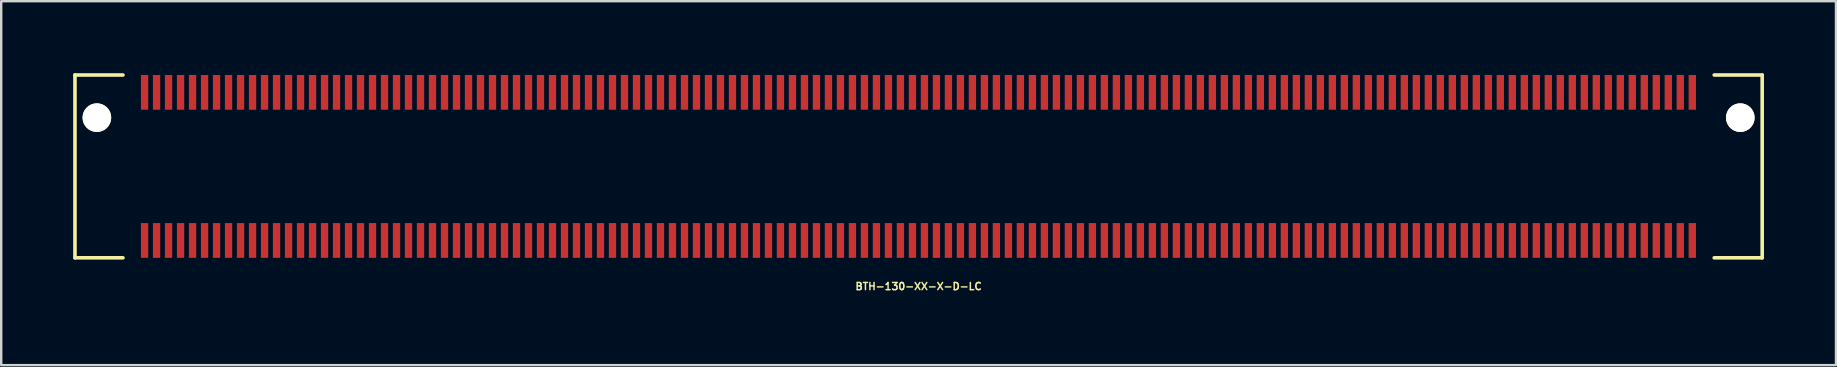
<source format=kicad_pcb>
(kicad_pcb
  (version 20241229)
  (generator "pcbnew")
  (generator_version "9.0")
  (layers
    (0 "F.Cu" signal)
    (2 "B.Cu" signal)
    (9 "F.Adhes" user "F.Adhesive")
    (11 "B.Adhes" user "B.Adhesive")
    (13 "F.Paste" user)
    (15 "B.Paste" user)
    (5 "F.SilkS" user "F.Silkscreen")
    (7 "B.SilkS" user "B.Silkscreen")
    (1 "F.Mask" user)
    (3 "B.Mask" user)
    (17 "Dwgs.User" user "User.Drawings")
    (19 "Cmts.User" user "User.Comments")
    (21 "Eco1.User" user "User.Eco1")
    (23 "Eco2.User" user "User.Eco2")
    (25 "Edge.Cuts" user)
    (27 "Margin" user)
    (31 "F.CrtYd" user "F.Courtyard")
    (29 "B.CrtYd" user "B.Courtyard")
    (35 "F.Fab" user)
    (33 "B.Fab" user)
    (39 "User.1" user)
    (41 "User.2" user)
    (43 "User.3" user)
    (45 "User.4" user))
  (footprint "BTH-130-XX-X-D-LC"
    (layer "F.Cu")
    (at 35.231 3.885)
    (property "Reference" "BTH-130-XX-X-D-LC" (at 0 5 0) (layer "F.SilkS") (effects (font (size 0.3 0.3) (thickness 0.061))))
    (attr smd)
    (fp_line (start -35.157 -3.81) (end -35.157 3.81) (stroke (width 0.15) (type solid)) (layer "F.SilkS"))
    (fp_line (start -35.157 3.81) (end -33.157 3.81) (stroke (width 0.15) (type solid)) (layer "F.SilkS"))
    (fp_line (start -33.157 -3.81) (end -35.157 -3.81) (stroke (width 0.15) (type solid)) (layer "F.SilkS"))
    (fp_line (start 33.157 -3.81) (end 35.157 -3.81) (stroke (width 0.15) (type solid)) (layer "F.SilkS"))
    (fp_line (start 35.157 -3.81) (end 35.157 3.81) (stroke (width 0.15) (type solid)) (layer "F.SilkS"))
    (fp_line (start 35.157 3.81) (end 33.157 3.81) (stroke (width 0.15) (type solid)) (layer "F.SilkS"))
    (pad "" np_thru_hole circle (at -34.244 -2.032) (size 1.194 1.194) (drill 1.194) (layers "*.Cu" "*.Mask" "F.SilkS"))
    (pad "" np_thru_hole circle (at 34.244 -2.032) (size 1.194 1.194) (drill 1.194) (layers "*.Cu" "*.Mask" "F.SilkS"))
    (pad "1" smd rect (at -32.256 -3.086) (size 0.305 1.448) (layers "F.Cu" "F.Mask" "F.Paste"))
    (pad "2" smd rect (at -32.256 3.086) (size 0.305 1.448) (layers "F.Cu" "F.Mask" "F.Paste"))
    (pad "3" smd rect (at -31.756 -3.086) (size 0.305 1.448) (layers "F.Cu" "F.Mask" "F.Paste"))
    (pad "4" smd rect (at -31.756 3.086) (size 0.305 1.448) (layers "F.Cu" "F.Mask" "F.Paste"))
    (pad "5" smd rect (at -31.256 -3.086) (size 0.305 1.448) (layers "F.Cu" "F.Mask" "F.Paste"))
    (pad "6" smd rect (at -31.256 3.086) (size 0.305 1.448) (layers "F.Cu" "F.Mask" "F.Paste"))
    (pad "7" smd rect (at -30.756 -3.086) (size 0.305 1.448) (layers "F.Cu" "F.Mask" "F.Paste"))
    (pad "8" smd rect (at -30.756 3.086) (size 0.305 1.448) (layers "F.Cu" "F.Mask" "F.Paste"))
    (pad "9" smd rect (at -30.256 -3.086) (size 0.305 1.448) (layers "F.Cu" "F.Mask" "F.Paste"))
    (pad "10" smd rect (at -30.256 3.086) (size 0.305 1.448) (layers "F.Cu" "F.Mask" "F.Paste"))
    (pad "11" smd rect (at -29.756 -3.086) (size 0.305 1.448) (layers "F.Cu" "F.Mask" "F.Paste"))
    (pad "12" smd rect (at -29.756 3.086) (size 0.305 1.448) (layers "F.Cu" "F.Mask" "F.Paste"))
    (pad "13" smd rect (at -29.256 -3.086) (size 0.305 1.448) (layers "F.Cu" "F.Mask" "F.Paste"))
    (pad "14" smd rect (at -29.256 3.086) (size 0.305 1.448) (layers "F.Cu" "F.Mask" "F.Paste"))
    (pad "15" smd rect (at -28.756 -3.086) (size 0.305 1.448) (layers "F.Cu" "F.Mask" "F.Paste"))
    (pad "16" smd rect (at -28.756 3.086) (size 0.305 1.448) (layers "F.Cu" "F.Mask" "F.Paste"))
    (pad "17" smd rect (at -28.256 -3.086) (size 0.305 1.448) (layers "F.Cu" "F.Mask" "F.Paste"))
    (pad "18" smd rect (at -28.256 3.086) (size 0.305 1.448) (layers "F.Cu" "F.Mask" "F.Paste"))
    (pad "19" smd rect (at -27.756 -3.086) (size 0.305 1.448) (layers "F.Cu" "F.Mask" "F.Paste"))
    (pad "20" smd rect (at -27.756 3.086) (size 0.305 1.448) (layers "F.Cu" "F.Mask" "F.Paste"))
    (pad "21" smd rect (at -27.256 -3.086) (size 0.305 1.448) (layers "F.Cu" "F.Mask" "F.Paste"))
    (pad "22" smd rect (at -27.256 3.086) (size 0.305 1.448) (layers "F.Cu" "F.Mask" "F.Paste"))
    (pad "23" smd rect (at -26.756 -3.086) (size 0.305 1.448) (layers "F.Cu" "F.Mask" "F.Paste"))
    (pad "24" smd rect (at -26.756 3.086) (size 0.305 1.448) (layers "F.Cu" "F.Mask" "F.Paste"))
    (pad "25" smd rect (at -26.256 -3.086) (size 0.305 1.448) (layers "F.Cu" "F.Mask" "F.Paste"))
    (pad "26" smd rect (at -26.256 3.086) (size 0.305 1.448) (layers "F.Cu" "F.Mask" "F.Paste"))
    (pad "27" smd rect (at -25.756 -3.086) (size 0.305 1.448) (layers "F.Cu" "F.Mask" "F.Paste"))
    (pad "28" smd rect (at -25.756 3.086) (size 0.305 1.448) (layers "F.Cu" "F.Mask" "F.Paste"))
    (pad "29" smd rect (at -25.256 -3.086) (size 0.305 1.448) (layers "F.Cu" "F.Mask" "F.Paste"))
    (pad "30" smd rect (at -25.256 3.086) (size 0.305 1.448) (layers "F.Cu" "F.Mask" "F.Paste"))
    (pad "31" smd rect (at -24.756 -3.086) (size 0.305 1.448) (layers "F.Cu" "F.Mask" "F.Paste"))
    (pad "32" smd rect (at -24.756 3.086) (size 0.305 1.448) (layers "F.Cu" "F.Mask" "F.Paste"))
    (pad "33" smd rect (at -24.256 -3.086) (size 0.305 1.448) (layers "F.Cu" "F.Mask" "F.Paste"))
    (pad "34" smd rect (at -24.256 3.086) (size 0.305 1.448) (layers "F.Cu" "F.Mask" "F.Paste"))
    (pad "35" smd rect (at -23.756 -3.086) (size 0.305 1.448) (layers "F.Cu" "F.Mask" "F.Paste"))
    (pad "36" smd rect (at -23.756 3.086) (size 0.305 1.448) (layers "F.Cu" "F.Mask" "F.Paste"))
    (pad "37" smd rect (at -23.256 -3.086) (size 0.305 1.448) (layers "F.Cu" "F.Mask" "F.Paste"))
    (pad "38" smd rect (at -23.256 3.086) (size 0.305 1.448) (layers "F.Cu" "F.Mask" "F.Paste"))
    (pad "39" smd rect (at -22.756 -3.086) (size 0.305 1.448) (layers "F.Cu" "F.Mask" "F.Paste"))
    (pad "40" smd rect (at -22.756 3.086) (size 0.305 1.448) (layers "F.Cu" "F.Mask" "F.Paste"))
    (pad "41" smd rect (at -22.256 -3.086) (size 0.305 1.448) (layers "F.Cu" "F.Mask" "F.Paste"))
    (pad "42" smd rect (at -22.256 3.086) (size 0.305 1.448) (layers "F.Cu" "F.Mask" "F.Paste"))
    (pad "43" smd rect (at -21.756 -3.086) (size 0.305 1.448) (layers "F.Cu" "F.Mask" "F.Paste"))
    (pad "44" smd rect (at -21.756 3.086) (size 0.305 1.448) (layers "F.Cu" "F.Mask" "F.Paste"))
    (pad "45" smd rect (at -21.256 -3.086) (size 0.305 1.448) (layers "F.Cu" "F.Mask" "F.Paste"))
    (pad "46" smd rect (at -21.256 3.086) (size 0.305 1.448) (layers "F.Cu" "F.Mask" "F.Paste"))
    (pad "47" smd rect (at -20.756 -3.086) (size 0.305 1.448) (layers "F.Cu" "F.Mask" "F.Paste"))
    (pad "48" smd rect (at -20.756 3.086) (size 0.305 1.448) (layers "F.Cu" "F.Mask" "F.Paste"))
    (pad "49" smd rect (at -20.256 -3.086) (size 0.305 1.448) (layers "F.Cu" "F.Mask" "F.Paste"))
    (pad "50" smd rect (at -20.256 3.086) (size 0.305 1.448) (layers "F.Cu" "F.Mask" "F.Paste"))
    (pad "51" smd rect (at -19.756 -3.086) (size 0.305 1.448) (layers "F.Cu" "F.Mask" "F.Paste"))
    (pad "52" smd rect (at -19.756 3.086) (size 0.305 1.448) (layers "F.Cu" "F.Mask" "F.Paste"))
    (pad "53" smd rect (at -19.256 -3.086) (size 0.305 1.448) (layers "F.Cu" "F.Mask" "F.Paste"))
    (pad "54" smd rect (at -19.256 3.086) (size 0.305 1.448) (layers "F.Cu" "F.Mask" "F.Paste"))
    (pad "55" smd rect (at -18.756 -3.086) (size 0.305 1.448) (layers "F.Cu" "F.Mask" "F.Paste"))
    (pad "56" smd rect (at -18.756 3.086) (size 0.305 1.448) (layers "F.Cu" "F.Mask" "F.Paste"))
    (pad "57" smd rect (at -18.256 -3.086) (size 0.305 1.448) (layers "F.Cu" "F.Mask" "F.Paste"))
    (pad "58" smd rect (at -18.256 3.086) (size 0.305 1.448) (layers "F.Cu" "F.Mask" "F.Paste"))
    (pad "59" smd rect (at -17.756 -3.086) (size 0.305 1.448) (layers "F.Cu" "F.Mask" "F.Paste"))
    (pad "60" smd rect (at -17.756 3.086) (size 0.305 1.448) (layers "F.Cu" "F.Mask" "F.Paste"))
    (pad "61" smd rect (at -17.256 -3.086) (size 0.305 1.448) (layers "F.Cu" "F.Mask" "F.Paste"))
    (pad "62" smd rect (at -17.256 3.086) (size 0.305 1.448) (layers "F.Cu" "F.Mask" "F.Paste"))
    (pad "63" smd rect (at -16.756 -3.086) (size 0.305 1.448) (layers "F.Cu" "F.Mask" "F.Paste"))
    (pad "64" smd rect (at -16.756 3.086) (size 0.305 1.448) (layers "F.Cu" "F.Mask" "F.Paste"))
    (pad "65" smd rect (at -16.256 -3.086) (size 0.305 1.448) (layers "F.Cu" "F.Mask" "F.Paste"))
    (pad "66" smd rect (at -16.256 3.086) (size 0.305 1.448) (layers "F.Cu" "F.Mask" "F.Paste"))
    (pad "67" smd rect (at -15.756 -3.086) (size 0.305 1.448) (layers "F.Cu" "F.Mask" "F.Paste"))
    (pad "68" smd rect (at -15.756 3.086) (size 0.305 1.448) (layers "F.Cu" "F.Mask" "F.Paste"))
    (pad "69" smd rect (at -15.256 -3.086) (size 0.305 1.448) (layers "F.Cu" "F.Mask" "F.Paste"))
    (pad "70" smd rect (at -15.256 3.086) (size 0.305 1.448) (layers "F.Cu" "F.Mask" "F.Paste"))
    (pad "71" smd rect (at -14.756 -3.086) (size 0.305 1.448) (layers "F.Cu" "F.Mask" "F.Paste"))
    (pad "72" smd rect (at -14.756 3.086) (size 0.305 1.448) (layers "F.Cu" "F.Mask" "F.Paste"))
    (pad "73" smd rect (at -14.256 -3.086) (size 0.305 1.448) (layers "F.Cu" "F.Mask" "F.Paste"))
    (pad "74" smd rect (at -14.256 3.086) (size 0.305 1.448) (layers "F.Cu" "F.Mask" "F.Paste"))
    (pad "75" smd rect (at -13.756 -3.086) (size 0.305 1.448) (layers "F.Cu" "F.Mask" "F.Paste"))
    (pad "76" smd rect (at -13.756 3.086) (size 0.305 1.448) (layers "F.Cu" "F.Mask" "F.Paste"))
    (pad "77" smd rect (at -13.256 -3.086) (size 0.305 1.448) (layers "F.Cu" "F.Mask" "F.Paste"))
    (pad "78" smd rect (at -13.256 3.086) (size 0.305 1.448) (layers "F.Cu" "F.Mask" "F.Paste"))
    (pad "79" smd rect (at -12.756 -3.086) (size 0.305 1.448) (layers "F.Cu" "F.Mask" "F.Paste"))
    (pad "80" smd rect (at -12.756 3.086) (size 0.305 1.448) (layers "F.Cu" "F.Mask" "F.Paste"))
    (pad "81" smd rect (at -12.256 -3.086) (size 0.305 1.448) (layers "F.Cu" "F.Mask" "F.Paste"))
    (pad "82" smd rect (at -12.256 3.086) (size 0.305 1.448) (layers "F.Cu" "F.Mask" "F.Paste"))
    (pad "83" smd rect (at -11.756 -3.086) (size 0.305 1.448) (layers "F.Cu" "F.Mask" "F.Paste"))
    (pad "84" smd rect (at -11.756 3.086) (size 0.305 1.448) (layers "F.Cu" "F.Mask" "F.Paste"))
    (pad "85" smd rect (at -11.256 -3.086) (size 0.305 1.448) (layers "F.Cu" "F.Mask" "F.Paste"))
    (pad "86" smd rect (at -11.256 3.086) (size 0.305 1.448) (layers "F.Cu" "F.Mask" "F.Paste"))
    (pad "87" smd rect (at -10.756 -3.086) (size 0.305 1.448) (layers "F.Cu" "F.Mask" "F.Paste"))
    (pad "88" smd rect (at -10.756 3.086) (size 0.305 1.448) (layers "F.Cu" "F.Mask" "F.Paste"))
    (pad "89" smd rect (at -10.256 -3.086) (size 0.305 1.448) (layers "F.Cu" "F.Mask" "F.Paste"))
    (pad "90" smd rect (at -10.256 3.086) (size 0.305 1.448) (layers "F.Cu" "F.Mask" "F.Paste"))
    (pad "91" smd rect (at -9.756 -3.086) (size 0.305 1.448) (layers "F.Cu" "F.Mask" "F.Paste"))
    (pad "92" smd rect (at -9.756 3.086) (size 0.305 1.448) (layers "F.Cu" "F.Mask" "F.Paste"))
    (pad "93" smd rect (at -9.256 -3.086) (size 0.305 1.448) (layers "F.Cu" "F.Mask" "F.Paste"))
    (pad "94" smd rect (at -9.256 3.086) (size 0.305 1.448) (layers "F.Cu" "F.Mask" "F.Paste"))
    (pad "95" smd rect (at -8.756 -3.086) (size 0.305 1.448) (layers "F.Cu" "F.Mask" "F.Paste"))
    (pad "96" smd rect (at -8.756 3.086) (size 0.305 1.448) (layers "F.Cu" "F.Mask" "F.Paste"))
    (pad "97" smd rect (at -8.256 -3.086) (size 0.305 1.448) (layers "F.Cu" "F.Mask" "F.Paste"))
    (pad "98" smd rect (at -8.256 3.086) (size 0.305 1.448) (layers "F.Cu" "F.Mask" "F.Paste"))
    (pad "99" smd rect (at -7.756 -3.086) (size 0.305 1.448) (layers "F.Cu" "F.Mask" "F.Paste"))
    (pad "100" smd rect (at -7.756 3.086) (size 0.305 1.448) (layers "F.Cu" "F.Mask" "F.Paste"))
    (pad "101" smd rect (at -7.256 -3.086) (size 0.305 1.448) (layers "F.Cu" "F.Mask" "F.Paste"))
    (pad "102" smd rect (at -7.256 3.086) (size 0.305 1.448) (layers "F.Cu" "F.Mask" "F.Paste"))
    (pad "103" smd rect (at -6.756 -3.086) (size 0.305 1.448) (layers "F.Cu" "F.Mask" "F.Paste"))
    (pad "104" smd rect (at -6.756 3.086) (size 0.305 1.448) (layers "F.Cu" "F.Mask" "F.Paste"))
    (pad "105" smd rect (at -6.256 -3.086) (size 0.305 1.448) (layers "F.Cu" "F.Mask" "F.Paste"))
    (pad "106" smd rect (at -6.256 3.086) (size 0.305 1.448) (layers "F.Cu" "F.Mask" "F.Paste"))
    (pad "107" smd rect (at -5.756 -3.086) (size 0.305 1.448) (layers "F.Cu" "F.Mask" "F.Paste"))
    (pad "108" smd rect (at -5.756 3.086) (size 0.305 1.448) (layers "F.Cu" "F.Mask" "F.Paste"))
    (pad "109" smd rect (at -5.256 -3.086) (size 0.305 1.448) (layers "F.Cu" "F.Mask" "F.Paste"))
    (pad "110" smd rect (at -5.256 3.086) (size 0.305 1.448) (layers "F.Cu" "F.Mask" "F.Paste"))
    (pad "111" smd rect (at -4.756 -3.086) (size 0.305 1.448) (layers "F.Cu" "F.Mask" "F.Paste"))
    (pad "112" smd rect (at -4.756 3.086) (size 0.305 1.448) (layers "F.Cu" "F.Mask" "F.Paste"))
    (pad "113" smd rect (at -4.256 -3.086) (size 0.305 1.448) (layers "F.Cu" "F.Mask" "F.Paste"))
    (pad "114" smd rect (at -4.256 3.086) (size 0.305 1.448) (layers "F.Cu" "F.Mask" "F.Paste"))
    (pad "115" smd rect (at -3.756 -3.086) (size 0.305 1.448) (layers "F.Cu" "F.Mask" "F.Paste"))
    (pad "116" smd rect (at -3.756 3.086) (size 0.305 1.448) (layers "F.Cu" "F.Mask" "F.Paste"))
    (pad "117" smd rect (at -3.256 -3.086) (size 0.305 1.448) (layers "F.Cu" "F.Mask" "F.Paste"))
    (pad "118" smd rect (at -3.256 3.086) (size 0.305 1.448) (layers "F.Cu" "F.Mask" "F.Paste"))
    (pad "119" smd rect (at -2.756 -3.086) (size 0.305 1.448) (layers "F.Cu" "F.Mask" "F.Paste"))
    (pad "120" smd rect (at -2.756 3.086) (size 0.305 1.448) (layers "F.Cu" "F.Mask" "F.Paste"))
    (pad "121" smd rect (at -2.256 -3.086) (size 0.305 1.448) (layers "F.Cu" "F.Mask" "F.Paste"))
    (pad "122" smd rect (at -2.256 3.086) (size 0.305 1.448) (layers "F.Cu" "F.Mask" "F.Paste"))
    (pad "123" smd rect (at -1.756 -3.086) (size 0.305 1.448) (layers "F.Cu" "F.Mask" "F.Paste"))
    (pad "124" smd rect (at -1.756 3.086) (size 0.305 1.448) (layers "F.Cu" "F.Mask" "F.Paste"))
    (pad "125" smd rect (at -1.256 -3.086) (size 0.305 1.448) (layers "F.Cu" "F.Mask" "F.Paste"))
    (pad "126" smd rect (at -1.256 3.086) (size 0.305 1.448) (layers "F.Cu" "F.Mask" "F.Paste"))
    (pad "127" smd rect (at -0.756 -3.086) (size 0.305 1.448) (layers "F.Cu" "F.Mask" "F.Paste"))
    (pad "128" smd rect (at -0.756 3.086) (size 0.305 1.448) (layers "F.Cu" "F.Mask" "F.Paste"))
    (pad "129" smd rect (at -0.256 -3.086) (size 0.305 1.448) (layers "F.Cu" "F.Mask" "F.Paste"))
    (pad "130" smd rect (at -0.256 3.086) (size 0.305 1.448) (layers "F.Cu" "F.Mask" "F.Paste"))
    (pad "131" smd rect (at 0.244 -3.086) (size 0.305 1.448) (layers "F.Cu" "F.Mask" "F.Paste"))
    (pad "132" smd rect (at 0.244 3.086) (size 0.305 1.448) (layers "F.Cu" "F.Mask" "F.Paste"))
    (pad "133" smd rect (at 0.744 -3.086) (size 0.305 1.448) (layers "F.Cu" "F.Mask" "F.Paste"))
    (pad "134" smd rect (at 0.744 3.086) (size 0.305 1.448) (layers "F.Cu" "F.Mask" "F.Paste"))
    (pad "135" smd rect (at 1.244 -3.086) (size 0.305 1.448) (layers "F.Cu" "F.Mask" "F.Paste"))
    (pad "136" smd rect (at 1.244 3.086) (size 0.305 1.448) (layers "F.Cu" "F.Mask" "F.Paste"))
    (pad "137" smd rect (at 1.744 -3.086) (size 0.305 1.448) (layers "F.Cu" "F.Mask" "F.Paste"))
    (pad "138" smd rect (at 1.744 3.086) (size 0.305 1.448) (layers "F.Cu" "F.Mask" "F.Paste"))
    (pad "139" smd rect (at 2.244 -3.086) (size 0.305 1.448) (layers "F.Cu" "F.Mask" "F.Paste"))
    (pad "140" smd rect (at 2.244 3.086) (size 0.305 1.448) (layers "F.Cu" "F.Mask" "F.Paste"))
    (pad "141" smd rect (at 2.744 -3.086) (size 0.305 1.448) (layers "F.Cu" "F.Mask" "F.Paste"))
    (pad "142" smd rect (at 2.744 3.086) (size 0.305 1.448) (layers "F.Cu" "F.Mask" "F.Paste"))
    (pad "143" smd rect (at 3.244 -3.086) (size 0.305 1.448) (layers "F.Cu" "F.Mask" "F.Paste"))
    (pad "144" smd rect (at 3.244 3.086) (size 0.305 1.448) (layers "F.Cu" "F.Mask" "F.Paste"))
    (pad "145" smd rect (at 3.744 -3.086) (size 0.305 1.448) (layers "F.Cu" "F.Mask" "F.Paste"))
    (pad "146" smd rect (at 3.744 3.086) (size 0.305 1.448) (layers "F.Cu" "F.Mask" "F.Paste"))
    (pad "147" smd rect (at 4.244 -3.086) (size 0.305 1.448) (layers "F.Cu" "F.Mask" "F.Paste"))
    (pad "148" smd rect (at 4.244 3.086) (size 0.305 1.448) (layers "F.Cu" "F.Mask" "F.Paste"))
    (pad "149" smd rect (at 4.744 -3.086) (size 0.305 1.448) (layers "F.Cu" "F.Mask" "F.Paste"))
    (pad "150" smd rect (at 4.744 3.086) (size 0.305 1.448) (layers "F.Cu" "F.Mask" "F.Paste"))
    (pad "151" smd rect (at 5.244 -3.086) (size 0.305 1.448) (layers "F.Cu" "F.Mask" "F.Paste"))
    (pad "152" smd rect (at 5.244 3.086) (size 0.305 1.448) (layers "F.Cu" "F.Mask" "F.Paste"))
    (pad "153" smd rect (at 5.744 -3.086) (size 0.305 1.448) (layers "F.Cu" "F.Mask" "F.Paste"))
    (pad "154" smd rect (at 5.744 3.086) (size 0.305 1.448) (layers "F.Cu" "F.Mask" "F.Paste"))
    (pad "155" smd rect (at 6.244 -3.086) (size 0.305 1.448) (layers "F.Cu" "F.Mask" "F.Paste"))
    (pad "156" smd rect (at 6.244 3.086) (size 0.305 1.448) (layers "F.Cu" "F.Mask" "F.Paste"))
    (pad "157" smd rect (at 6.744 -3.086) (size 0.305 1.448) (layers "F.Cu" "F.Mask" "F.Paste"))
    (pad "158" smd rect (at 6.744 3.086) (size 0.305 1.448) (layers "F.Cu" "F.Mask" "F.Paste"))
    (pad "159" smd rect (at 7.244 -3.086) (size 0.305 1.448) (layers "F.Cu" "F.Mask" "F.Paste"))
    (pad "160" smd rect (at 7.244 3.086) (size 0.305 1.448) (layers "F.Cu" "F.Mask" "F.Paste"))
    (pad "161" smd rect (at 7.744 -3.086) (size 0.305 1.448) (layers "F.Cu" "F.Mask" "F.Paste"))
    (pad "162" smd rect (at 7.744 3.086) (size 0.305 1.448) (layers "F.Cu" "F.Mask" "F.Paste"))
    (pad "163" smd rect (at 8.244 -3.086) (size 0.305 1.448) (layers "F.Cu" "F.Mask" "F.Paste"))
    (pad "164" smd rect (at 8.244 3.086) (size 0.305 1.448) (layers "F.Cu" "F.Mask" "F.Paste"))
    (pad "165" smd rect (at 8.744 -3.086) (size 0.305 1.448) (layers "F.Cu" "F.Mask" "F.Paste"))
    (pad "166" smd rect (at 8.744 3.086) (size 0.305 1.448) (layers "F.Cu" "F.Mask" "F.Paste"))
    (pad "167" smd rect (at 9.244 -3.086) (size 0.305 1.448) (layers "F.Cu" "F.Mask" "F.Paste"))
    (pad "168" smd rect (at 9.244 3.086) (size 0.305 1.448) (layers "F.Cu" "F.Mask" "F.Paste"))
    (pad "169" smd rect (at 9.744 -3.086) (size 0.305 1.448) (layers "F.Cu" "F.Mask" "F.Paste"))
    (pad "170" smd rect (at 9.744 3.086) (size 0.305 1.448) (layers "F.Cu" "F.Mask" "F.Paste"))
    (pad "171" smd rect (at 10.244 -3.086) (size 0.305 1.448) (layers "F.Cu" "F.Mask" "F.Paste"))
    (pad "172" smd rect (at 10.244 3.086) (size 0.305 1.448) (layers "F.Cu" "F.Mask" "F.Paste"))
    (pad "173" smd rect (at 10.744 -3.086) (size 0.305 1.448) (layers "F.Cu" "F.Mask" "F.Paste"))
    (pad "174" smd rect (at 10.744 3.086) (size 0.305 1.448) (layers "F.Cu" "F.Mask" "F.Paste"))
    (pad "175" smd rect (at 11.244 -3.086) (size 0.305 1.448) (layers "F.Cu" "F.Mask" "F.Paste"))
    (pad "176" smd rect (at 11.244 3.086) (size 0.305 1.448) (layers "F.Cu" "F.Mask" "F.Paste"))
    (pad "177" smd rect (at 11.744 -3.086) (size 0.305 1.448) (layers "F.Cu" "F.Mask" "F.Paste"))
    (pad "178" smd rect (at 11.744 3.086) (size 0.305 1.448) (layers "F.Cu" "F.Mask" "F.Paste"))
    (pad "179" smd rect (at 12.244 -3.086) (size 0.305 1.448) (layers "F.Cu" "F.Mask" "F.Paste"))
    (pad "180" smd rect (at 12.244 3.086) (size 0.305 1.448) (layers "F.Cu" "F.Mask" "F.Paste"))
    (pad "181" smd rect (at 12.744 -3.086) (size 0.305 1.448) (layers "F.Cu" "F.Mask" "F.Paste"))
    (pad "182" smd rect (at 12.744 3.086) (size 0.305 1.448) (layers "F.Cu" "F.Mask" "F.Paste"))
    (pad "183" smd rect (at 13.244 -3.086) (size 0.305 1.448) (layers "F.Cu" "F.Mask" "F.Paste"))
    (pad "184" smd rect (at 13.244 3.086) (size 0.305 1.448) (layers "F.Cu" "F.Mask" "F.Paste"))
    (pad "185" smd rect (at 13.744 -3.086) (size 0.305 1.448) (layers "F.Cu" "F.Mask" "F.Paste"))
    (pad "186" smd rect (at 13.744 3.086) (size 0.305 1.448) (layers "F.Cu" "F.Mask" "F.Paste"))
    (pad "187" smd rect (at 14.244 -3.086) (size 0.305 1.448) (layers "F.Cu" "F.Mask" "F.Paste"))
    (pad "188" smd rect (at 14.244 3.086) (size 0.305 1.448) (layers "F.Cu" "F.Mask" "F.Paste"))
    (pad "189" smd rect (at 14.744 -3.086) (size 0.305 1.448) (layers "F.Cu" "F.Mask" "F.Paste"))
    (pad "190" smd rect (at 14.744 3.086) (size 0.305 1.448) (layers "F.Cu" "F.Mask" "F.Paste"))
    (pad "191" smd rect (at 15.244 -3.086) (size 0.305 1.448) (layers "F.Cu" "F.Mask" "F.Paste"))
    (pad "192" smd rect (at 15.244 3.086) (size 0.305 1.448) (layers "F.Cu" "F.Mask" "F.Paste"))
    (pad "193" smd rect (at 15.744 -3.086) (size 0.305 1.448) (layers "F.Cu" "F.Mask" "F.Paste"))
    (pad "194" smd rect (at 15.744 3.086) (size 0.305 1.448) (layers "F.Cu" "F.Mask" "F.Paste"))
    (pad "195" smd rect (at 16.244 -3.086) (size 0.305 1.448) (layers "F.Cu" "F.Mask" "F.Paste"))
    (pad "196" smd rect (at 16.244 3.086) (size 0.305 1.448) (layers "F.Cu" "F.Mask" "F.Paste"))
    (pad "197" smd rect (at 16.744 -3.086) (size 0.305 1.448) (layers "F.Cu" "F.Mask" "F.Paste"))
    (pad "198" smd rect (at 16.744 3.086) (size 0.305 1.448) (layers "F.Cu" "F.Mask" "F.Paste"))
    (pad "199" smd rect (at 17.244 -3.086) (size 0.305 1.448) (layers "F.Cu" "F.Mask" "F.Paste"))
    (pad "200" smd rect (at 17.244 3.086) (size 0.305 1.448) (layers "F.Cu" "F.Mask" "F.Paste"))
    (pad "201" smd rect (at 17.744 -3.086) (size 0.305 1.448) (layers "F.Cu" "F.Mask" "F.Paste"))
    (pad "202" smd rect (at 17.744 3.086) (size 0.305 1.448) (layers "F.Cu" "F.Mask" "F.Paste"))
    (pad "203" smd rect (at 18.244 -3.086) (size 0.305 1.448) (layers "F.Cu" "F.Mask" "F.Paste"))
    (pad "204" smd rect (at 18.244 3.086) (size 0.305 1.448) (layers "F.Cu" "F.Mask" "F.Paste"))
    (pad "205" smd rect (at 18.744 -3.086) (size 0.305 1.448) (layers "F.Cu" "F.Mask" "F.Paste"))
    (pad "206" smd rect (at 18.744 3.086) (size 0.305 1.448) (layers "F.Cu" "F.Mask" "F.Paste"))
    (pad "207" smd rect (at 19.244 -3.086) (size 0.305 1.448) (layers "F.Cu" "F.Mask" "F.Paste"))
    (pad "208" smd rect (at 19.244 3.086) (size 0.305 1.448) (layers "F.Cu" "F.Mask" "F.Paste"))
    (pad "209" smd rect (at 19.744 -3.086) (size 0.305 1.448) (layers "F.Cu" "F.Mask" "F.Paste"))
    (pad "210" smd rect (at 19.744 3.086) (size 0.305 1.448) (layers "F.Cu" "F.Mask" "F.Paste"))
    (pad "211" smd rect (at 20.244 -3.086) (size 0.305 1.448) (layers "F.Cu" "F.Mask" "F.Paste"))
    (pad "212" smd rect (at 20.244 3.086) (size 0.305 1.448) (layers "F.Cu" "F.Mask" "F.Paste"))
    (pad "213" smd rect (at 20.744 -3.086) (size 0.305 1.448) (layers "F.Cu" "F.Mask" "F.Paste"))
    (pad "214" smd rect (at 20.744 3.086) (size 0.305 1.448) (layers "F.Cu" "F.Mask" "F.Paste"))
    (pad "215" smd rect (at 21.244 -3.086) (size 0.305 1.448) (layers "F.Cu" "F.Mask" "F.Paste"))
    (pad "216" smd rect (at 21.244 3.086) (size 0.305 1.448) (layers "F.Cu" "F.Mask" "F.Paste"))
    (pad "217" smd rect (at 21.744 -3.086) (size 0.305 1.448) (layers "F.Cu" "F.Mask" "F.Paste"))
    (pad "218" smd rect (at 21.744 3.086) (size 0.305 1.448) (layers "F.Cu" "F.Mask" "F.Paste"))
    (pad "219" smd rect (at 22.244 -3.086) (size 0.305 1.448) (layers "F.Cu" "F.Mask" "F.Paste"))
    (pad "220" smd rect (at 22.244 3.086) (size 0.305 1.448) (layers "F.Cu" "F.Mask" "F.Paste"))
    (pad "221" smd rect (at 22.744 -3.086) (size 0.305 1.448) (layers "F.Cu" "F.Mask" "F.Paste"))
    (pad "222" smd rect (at 22.744 3.086) (size 0.305 1.448) (layers "F.Cu" "F.Mask" "F.Paste"))
    (pad "223" smd rect (at 23.244 -3.086) (size 0.305 1.448) (layers "F.Cu" "F.Mask" "F.Paste"))
    (pad "224" smd rect (at 23.244 3.086) (size 0.305 1.448) (layers "F.Cu" "F.Mask" "F.Paste"))
    (pad "225" smd rect (at 23.744 -3.086) (size 0.305 1.448) (layers "F.Cu" "F.Mask" "F.Paste"))
    (pad "226" smd rect (at 23.744 3.086) (size 0.305 1.448) (layers "F.Cu" "F.Mask" "F.Paste"))
    (pad "227" smd rect (at 24.244 -3.086) (size 0.305 1.448) (layers "F.Cu" "F.Mask" "F.Paste"))
    (pad "228" smd rect (at 24.244 3.086) (size 0.305 1.448) (layers "F.Cu" "F.Mask" "F.Paste"))
    (pad "229" smd rect (at 24.744 -3.086) (size 0.305 1.448) (layers "F.Cu" "F.Mask" "F.Paste"))
    (pad "230" smd rect (at 24.744 3.086) (size 0.305 1.448) (layers "F.Cu" "F.Mask" "F.Paste"))
    (pad "231" smd rect (at 25.244 -3.086) (size 0.305 1.448) (layers "F.Cu" "F.Mask" "F.Paste"))
    (pad "232" smd rect (at 25.244 3.086) (size 0.305 1.448) (layers "F.Cu" "F.Mask" "F.Paste"))
    (pad "233" smd rect (at 25.744 -3.086) (size 0.305 1.448) (layers "F.Cu" "F.Mask" "F.Paste"))
    (pad "234" smd rect (at 25.744 3.086) (size 0.305 1.448) (layers "F.Cu" "F.Mask" "F.Paste"))
    (pad "235" smd rect (at 26.244 -3.086) (size 0.305 1.448) (layers "F.Cu" "F.Mask" "F.Paste"))
    (pad "236" smd rect (at 26.244 3.086) (size 0.305 1.448) (layers "F.Cu" "F.Mask" "F.Paste"))
    (pad "237" smd rect (at 26.744 -3.086) (size 0.305 1.448) (layers "F.Cu" "F.Mask" "F.Paste"))
    (pad "238" smd rect (at 26.744 3.086) (size 0.305 1.448) (layers "F.Cu" "F.Mask" "F.Paste"))
    (pad "239" smd rect (at 27.244 -3.086) (size 0.305 1.448) (layers "F.Cu" "F.Mask" "F.Paste"))
    (pad "240" smd rect (at 27.244 3.086) (size 0.305 1.448) (layers "F.Cu" "F.Mask" "F.Paste"))
    (pad "241" smd rect (at 27.744 -3.086) (size 0.305 1.448) (layers "F.Cu" "F.Mask" "F.Paste"))
    (pad "242" smd rect (at 27.744 3.086) (size 0.305 1.448) (layers "F.Cu" "F.Mask" "F.Paste"))
    (pad "243" smd rect (at 28.244 -3.086) (size 0.305 1.448) (layers "F.Cu" "F.Mask" "F.Paste"))
    (pad "244" smd rect (at 28.244 3.086) (size 0.305 1.448) (layers "F.Cu" "F.Mask" "F.Paste"))
    (pad "245" smd rect (at 28.744 -3.086) (size 0.305 1.448) (layers "F.Cu" "F.Mask" "F.Paste"))
    (pad "246" smd rect (at 28.744 3.086) (size 0.305 1.448) (layers "F.Cu" "F.Mask" "F.Paste"))
    (pad "247" smd rect (at 29.244 -3.086) (size 0.305 1.448) (layers "F.Cu" "F.Mask" "F.Paste"))
    (pad "248" smd rect (at 29.244 3.086) (size 0.305 1.448) (layers "F.Cu" "F.Mask" "F.Paste"))
    (pad "249" smd rect (at 29.744 -3.086) (size 0.305 1.448) (layers "F.Cu" "F.Mask" "F.Paste"))
    (pad "250" smd rect (at 29.744 3.086) (size 0.305 1.448) (layers "F.Cu" "F.Mask" "F.Paste"))
    (pad "251" smd rect (at 30.244 -3.086) (size 0.305 1.448) (layers "F.Cu" "F.Mask" "F.Paste"))
    (pad "252" smd rect (at 30.244 3.086) (size 0.305 1.448) (layers "F.Cu" "F.Mask" "F.Paste"))
    (pad "253" smd rect (at 30.744 -3.086) (size 0.305 1.448) (layers "F.Cu" "F.Mask" "F.Paste"))
    (pad "254" smd rect (at 30.744 3.086) (size 0.305 1.448) (layers "F.Cu" "F.Mask" "F.Paste"))
    (pad "255" smd rect (at 31.244 -3.086) (size 0.305 1.448) (layers "F.Cu" "F.Mask" "F.Paste"))
    (pad "256" smd rect (at 31.244 3.086) (size 0.305 1.448) (layers "F.Cu" "F.Mask" "F.Paste"))
    (pad "257" smd rect (at 31.744 -3.086) (size 0.305 1.448) (layers "F.Cu" "F.Mask" "F.Paste"))
    (pad "258" smd rect (at 31.744 3.086) (size 0.305 1.448) (layers "F.Cu" "F.Mask" "F.Paste"))
    (pad "259" smd rect (at 32.244 -3.086) (size 0.305 1.448) (layers "F.Cu" "F.Mask" "F.Paste"))
    (pad "260" smd rect (at 32.244 3.086) (size 0.305 1.448) (layers "F.Cu" "F.Mask" "F.Paste")))
  (gr_rect
    (start -3 -3)
    (end 73.463 12.167)
    (stroke (width 0.1) (type default))
    (fill no)
    (layer "Edge.Cuts")))
</source>
